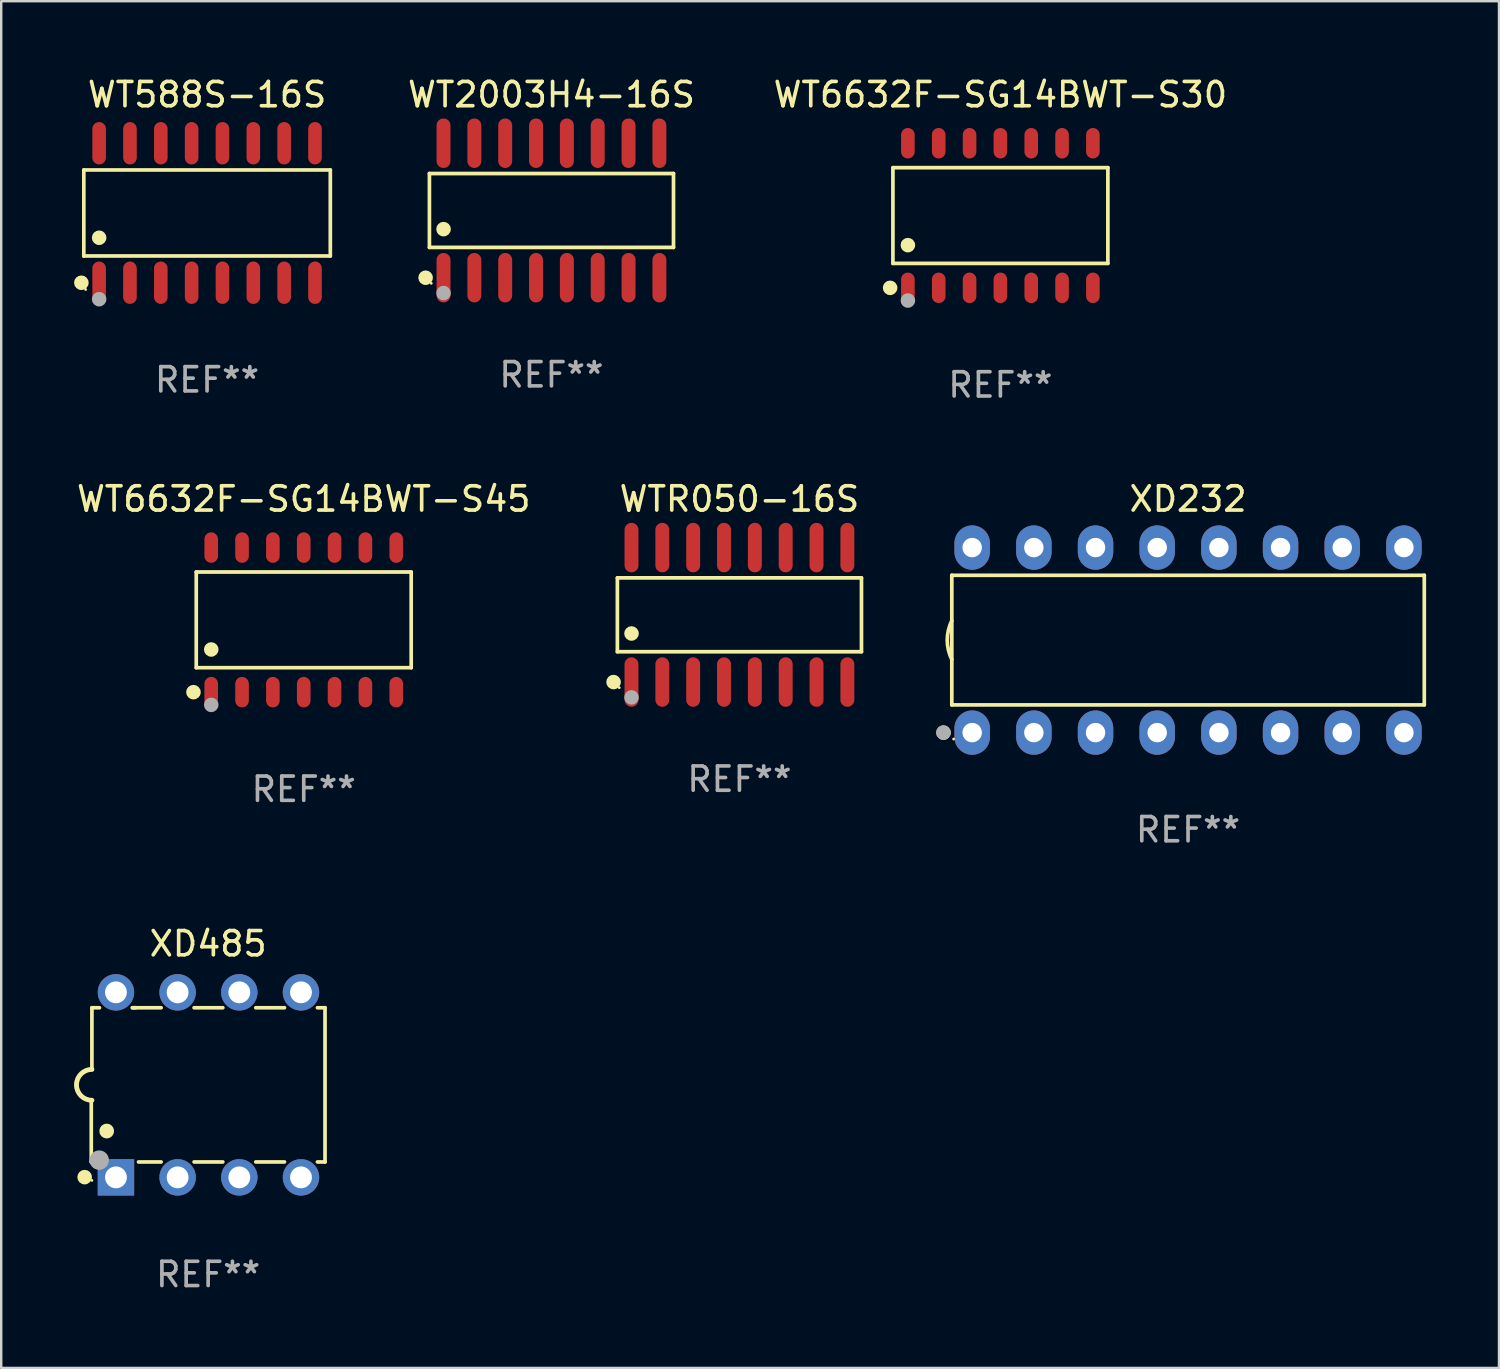
<source format=kicad_pcb>
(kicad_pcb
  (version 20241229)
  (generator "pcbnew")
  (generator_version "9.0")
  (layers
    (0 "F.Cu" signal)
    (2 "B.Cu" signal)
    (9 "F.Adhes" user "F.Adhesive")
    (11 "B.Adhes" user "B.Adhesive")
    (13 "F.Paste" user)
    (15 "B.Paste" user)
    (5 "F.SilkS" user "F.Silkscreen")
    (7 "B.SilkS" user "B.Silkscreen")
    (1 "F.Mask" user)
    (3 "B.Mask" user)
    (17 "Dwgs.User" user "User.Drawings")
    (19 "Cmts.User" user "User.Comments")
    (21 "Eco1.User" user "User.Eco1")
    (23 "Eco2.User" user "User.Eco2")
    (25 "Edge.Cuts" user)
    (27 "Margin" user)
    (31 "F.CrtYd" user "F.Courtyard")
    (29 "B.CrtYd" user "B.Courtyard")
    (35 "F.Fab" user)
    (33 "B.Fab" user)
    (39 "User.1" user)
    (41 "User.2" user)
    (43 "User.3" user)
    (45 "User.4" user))
  (footprint "WT2003H4-16S"
    (layer "F.Cu")
    (at 19.66 5.617)
    (property "Reference" "WT2003H4-16S" (at 0 -4.769 0) (layer "F.SilkS") (effects (font (size 1 1) (thickness 0.15))))
    (attr through_hole)
    (fp_line (start -5.026 -1.521) (end 5.026 -1.521) (stroke (width 0.152) (type solid)) (layer "F.SilkS"))
    (fp_line (start -5.026 1.521) (end -5.026 -1.521) (stroke (width 0.152) (type solid)) (layer "F.SilkS"))
    (fp_line (start 5.026 -1.521) (end 5.026 1.521) (stroke (width 0.152) (type solid)) (layer "F.SilkS"))
    (fp_line (start 5.026 1.521) (end -5.026 1.521) (stroke (width 0.152) (type solid)) (layer "F.SilkS"))
    (fp_circle (center -5.184 2.769) (end -5.034 2.769) (stroke (width 0.3) (type solid)) (fill no) (layer "F.SilkS"))
    (fp_circle (center -4.95 3) (end -4.92 3) (stroke (width 0.06) (type solid)) (fill no) (layer "F.SilkS"))
    (fp_circle (center -4.445 0.769) (end -4.295 0.769) (stroke (width 0.3) (type solid)) (fill no) (layer "F.SilkS"))
    (fp_circle (center -4.445 3.4) (end -4.295 3.4) (stroke (width 0.3) (type solid)) (fill no) (layer "F.Fab"))
    (fp_text user "REF**" (at 0 6.769 0) (layer "F.Fab") (effects (font (size 1 1) (thickness 0.15))))
    (pad "1" smd oval (at -4.445 2.769) (size 0.574 2.038) (layers "F.Cu" "F.Mask" "F.Paste"))
    (pad "2" smd oval (at -3.175 2.769) (size 0.574 2.038) (layers "F.Cu" "F.Mask" "F.Paste"))
    (pad "3" smd oval (at -1.905 2.769) (size 0.574 2.038) (layers "F.Cu" "F.Mask" "F.Paste"))
    (pad "4" smd oval (at -0.635 2.769) (size 0.574 2.038) (layers "F.Cu" "F.Mask" "F.Paste"))
    (pad "5" smd oval (at 0.635 2.769) (size 0.574 2.038) (layers "F.Cu" "F.Mask" "F.Paste"))
    (pad "6" smd oval (at 1.905 2.769) (size 0.574 2.038) (layers "F.Cu" "F.Mask" "F.Paste"))
    (pad "7" smd oval (at 3.175 2.769) (size 0.574 2.038) (layers "F.Cu" "F.Mask" "F.Paste"))
    (pad "8" smd oval (at 4.445 2.769) (size 0.574 2.038) (layers "F.Cu" "F.Mask" "F.Paste"))
    (pad "9" smd oval (at 4.445 -2.769) (size 0.574 2.038) (layers "F.Cu" "F.Mask" "F.Paste"))
    (pad "10" smd oval (at 3.175 -2.769) (size 0.574 2.038) (layers "F.Cu" "F.Mask" "F.Paste"))
    (pad "11" smd oval (at 1.905 -2.769) (size 0.574 2.038) (layers "F.Cu" "F.Mask" "F.Paste"))
    (pad "12" smd oval (at 0.635 -2.769) (size 0.574 2.038) (layers "F.Cu" "F.Mask" "F.Paste"))
    (pad "13" smd oval (at -0.635 -2.769) (size 0.574 2.038) (layers "F.Cu" "F.Mask" "F.Paste"))
    (pad "14" smd oval (at -1.905 -2.769) (size 0.574 2.038) (layers "F.Cu" "F.Mask" "F.Paste"))
    (pad "15" smd oval (at -3.175 -2.769) (size 0.574 2.038) (layers "F.Cu" "F.Mask" "F.Paste"))
    (pad "16" smd oval (at -4.445 -2.769) (size 0.574 2.038) (layers "F.Cu" "F.Mask" "F.Paste")))
  (footprint "XD485"
    (layer "F.Cu")
    (at 5.522 41.626)
    (property "Reference" "XD485" (at 0 -5.81 0) (layer "F.SilkS") (effects (font (size 1 1) (thickness 0.15))))
    (attr through_hole)
    (fp_line (start -4.813 0.661) (end -4.787 0.635) (stroke (width 0.152) (type solid)) (layer "F.SilkS"))
    (fp_line (start -4.813 3.175) (end -4.813 0.661) (stroke (width 0.152) (type solid)) (layer "F.SilkS"))
    (fp_line (start -4.787 -3.175) (end -4.476 -3.175) (stroke (width 0.152) (type solid)) (layer "F.SilkS"))
    (fp_line (start -4.787 -0.635) (end -4.787 -3.175) (stroke (width 0.152) (type solid)) (layer "F.SilkS"))
    (fp_line (start -4.727 3.175) (end -4.813 3.175) (stroke (width 0.152) (type solid)) (layer "F.SilkS"))
    (fp_line (start -3.119 -3.175) (end -2.989 -3.175) (stroke (width 0.152) (type solid)) (layer "F.SilkS"))
    (fp_line (start -3.119 -3.175) (end -1.936 -3.175) (stroke (width 0.152) (type solid)) (layer "F.SilkS"))
    (fp_line (start -1.936 3.175) (end -2.867 3.175) (stroke (width 0.152) (type solid)) (layer "F.SilkS"))
    (fp_line (start -0.579 -3.175) (end 0.604 -3.175) (stroke (width 0.152) (type solid)) (layer "F.SilkS"))
    (fp_line (start 0.604 3.175) (end -0.579 3.175) (stroke (width 0.152) (type solid)) (layer "F.SilkS"))
    (fp_line (start 1.961 -3.175) (end 3.144 -3.175) (stroke (width 0.152) (type solid)) (layer "F.SilkS"))
    (fp_line (start 3.144 3.175) (end 1.961 3.175) (stroke (width 0.152) (type solid)) (layer "F.SilkS"))
    (fp_line (start 4.501 -3.175) (end 4.813 -3.175) (stroke (width 0.152) (type solid)) (layer "F.SilkS"))
    (fp_line (start 4.813 -3.175) (end 4.813 3.175) (stroke (width 0.152) (type solid)) (layer "F.SilkS"))
    (fp_line (start 4.813 3.175) (end 4.501 3.175) (stroke (width 0.152) (type solid)) (layer "F.SilkS"))
    (fp_arc (start -4.787325 0.635001) (mid -5.422326 0) (end -4.787325 -0.635001) (stroke (width 0.2) (type solid)) (layer "F.SilkS"))
    (fp_arc (start -4.178308 1.905004) (mid -4.178319 1.902464) (end -4.178308 1.899924) (stroke (width 0.6) (type solid)) (layer "F.SilkS"))
    (fp_circle (center -5.087 3.8) (end -4.937 3.8) (stroke (width 0.3) (type solid)) (fill no) (layer "F.SilkS"))
    (fp_circle (center -4.787 3.935) (end -4.757 3.935) (stroke (width 0.06) (type solid)) (fill no) (layer "F.SilkS"))
    (fp_circle (center -4.487 3.1) (end -4.287 3.1) (stroke (width 0.4) (type solid)) (fill no) (layer "F.Fab"))
    (fp_text user "REF**" (at 0 7.81 0) (layer "F.Fab") (effects (font (size 1 1) (thickness 0.15))))
    (pad "1" thru_hole rect (at -3.797 3.81) (size 1.5 1.5) (drill 0.9) (layers "*.Cu" "*.Mask"))
    (pad "2" thru_hole circle (at -1.257 3.81) (size 1.5 1.5) (drill 0.9) (layers "*.Cu" "*.Mask"))
    (pad "3" thru_hole circle (at 1.283 3.81) (size 1.5 1.5) (drill 0.9) (layers "*.Cu" "*.Mask"))
    (pad "4" thru_hole circle (at 3.823 3.81) (size 1.5 1.5) (drill 0.9) (layers "*.Cu" "*.Mask"))
    (pad "5" thru_hole circle (at 3.823 -3.81) (size 1.5 1.5) (drill 0.9) (layers "*.Cu" "*.Mask"))
    (pad "6" thru_hole circle (at 1.283 -3.81) (size 1.5 1.5) (drill 0.9) (layers "*.Cu" "*.Mask"))
    (pad "7" thru_hole circle (at -1.257 -3.81) (size 1.5 1.5) (drill 0.9) (layers "*.Cu" "*.Mask"))
    (pad "8" thru_hole circle (at -3.797 -3.81) (size 1.5 1.5) (drill 0.9) (layers "*.Cu" "*.Mask")))
  (footprint "WT6632F-SG14BWT-S30"
    (layer "F.Cu")
    (at 38.148 5.826)
    (property "Reference" "WT6632F-SG14BWT-S30" (at 0 -4.977 0) (layer "F.SilkS") (effects (font (size 1 1) (thickness 0.15))))
    (attr through_hole)
    (fp_line (start -4.426 -1.971) (end 4.426 -1.971) (stroke (width 0.152) (type solid)) (layer "F.SilkS"))
    (fp_line (start -4.426 1.971) (end -4.426 -1.971) (stroke (width 0.152) (type solid)) (layer "F.SilkS"))
    (fp_line (start 4.426 -1.971) (end 4.426 1.971) (stroke (width 0.152) (type solid)) (layer "F.SilkS"))
    (fp_line (start 4.426 1.971) (end -4.426 1.971) (stroke (width 0.152) (type solid)) (layer "F.SilkS"))
    (fp_circle (center -4.542 2.977) (end -4.392 2.977) (stroke (width 0.3) (type solid)) (fill no) (layer "F.SilkS"))
    (fp_circle (center -4.35 3.1) (end -4.32 3.1) (stroke (width 0.06) (type solid)) (fill no) (layer "F.SilkS"))
    (fp_circle (center -3.81 1.219) (end -3.66 1.219) (stroke (width 0.3) (type solid)) (fill no) (layer "F.SilkS"))
    (fp_circle (center -3.81 3.5) (end -3.66 3.5) (stroke (width 0.3) (type solid)) (fill no) (layer "F.Fab"))
    (fp_text user "REF**" (at 0 6.977 0) (layer "F.Fab") (effects (font (size 1 1) (thickness 0.15))))
    (pad "1" smd oval (at -3.81 2.977) (size 0.56 1.255) (layers "F.Cu" "F.Mask" "F.Paste"))
    (pad "2" smd oval (at -2.54 2.977) (size 0.56 1.255) (layers "F.Cu" "F.Mask" "F.Paste"))
    (pad "3" smd oval (at -1.27 2.977) (size 0.56 1.255) (layers "F.Cu" "F.Mask" "F.Paste"))
    (pad "4" smd oval (at 0 2.977) (size 0.56 1.255) (layers "F.Cu" "F.Mask" "F.Paste"))
    (pad "5" smd oval (at 1.27 2.977) (size 0.56 1.255) (layers "F.Cu" "F.Mask" "F.Paste"))
    (pad "6" smd oval (at 2.54 2.977) (size 0.56 1.255) (layers "F.Cu" "F.Mask" "F.Paste"))
    (pad "7" smd oval (at 3.81 2.977) (size 0.56 1.255) (layers "F.Cu" "F.Mask" "F.Paste"))
    (pad "8" smd oval (at 3.81 -2.977) (size 0.56 1.255) (layers "F.Cu" "F.Mask" "F.Paste"))
    (pad "9" smd oval (at 2.54 -2.977) (size 0.56 1.255) (layers "F.Cu" "F.Mask" "F.Paste"))
    (pad "10" smd oval (at 1.27 -2.977) (size 0.56 1.255) (layers "F.Cu" "F.Mask" "F.Paste"))
    (pad "11" smd oval (at 0 -2.977) (size 0.56 1.255) (layers "F.Cu" "F.Mask" "F.Paste"))
    (pad "12" smd oval (at -1.27 -2.977) (size 0.56 1.255) (layers "F.Cu" "F.Mask" "F.Paste"))
    (pad "13" smd oval (at -2.54 -2.977) (size 0.56 1.255) (layers "F.Cu" "F.Mask" "F.Paste"))
    (pad "14" smd oval (at -3.81 -2.977) (size 0.56 1.255) (layers "F.Cu" "F.Mask" "F.Paste")))
  (footprint "WTR050-16S"
    (layer "F.Cu")
    (at 27.401 22.269)
    (property "Reference" "WTR050-16S" (at 0 -4.769 0) (layer "F.SilkS") (effects (font (size 1 1) (thickness 0.15))))
    (attr through_hole)
    (fp_line (start -5.026 -1.521) (end 5.026 -1.521) (stroke (width 0.152) (type solid)) (layer "F.SilkS"))
    (fp_line (start -5.026 1.521) (end -5.026 -1.521) (stroke (width 0.152) (type solid)) (layer "F.SilkS"))
    (fp_line (start 5.026 -1.521) (end 5.026 1.521) (stroke (width 0.152) (type solid)) (layer "F.SilkS"))
    (fp_line (start 5.026 1.521) (end -5.026 1.521) (stroke (width 0.152) (type solid)) (layer "F.SilkS"))
    (fp_circle (center -5.184 2.769) (end -5.034 2.769) (stroke (width 0.3) (type solid)) (fill no) (layer "F.SilkS"))
    (fp_circle (center -4.95 3) (end -4.92 3) (stroke (width 0.06) (type solid)) (fill no) (layer "F.SilkS"))
    (fp_circle (center -4.445 0.769) (end -4.295 0.769) (stroke (width 0.3) (type solid)) (fill no) (layer "F.SilkS"))
    (fp_circle (center -4.445 3.4) (end -4.295 3.4) (stroke (width 0.3) (type solid)) (fill no) (layer "F.Fab"))
    (fp_text user "REF**" (at 0 6.769 0) (layer "F.Fab") (effects (font (size 1 1) (thickness 0.15))))
    (pad "1" smd oval (at -4.445 2.769) (size 0.574 2.038) (layers "F.Cu" "F.Mask" "F.Paste"))
    (pad "2" smd oval (at -3.175 2.769) (size 0.574 2.038) (layers "F.Cu" "F.Mask" "F.Paste"))
    (pad "3" smd oval (at -1.905 2.769) (size 0.574 2.038) (layers "F.Cu" "F.Mask" "F.Paste"))
    (pad "4" smd oval (at -0.635 2.769) (size 0.574 2.038) (layers "F.Cu" "F.Mask" "F.Paste"))
    (pad "5" smd oval (at 0.635 2.769) (size 0.574 2.038) (layers "F.Cu" "F.Mask" "F.Paste"))
    (pad "6" smd oval (at 1.905 2.769) (size 0.574 2.038) (layers "F.Cu" "F.Mask" "F.Paste"))
    (pad "7" smd oval (at 3.175 2.769) (size 0.574 2.038) (layers "F.Cu" "F.Mask" "F.Paste"))
    (pad "8" smd oval (at 4.445 2.769) (size 0.574 2.038) (layers "F.Cu" "F.Mask" "F.Paste"))
    (pad "9" smd oval (at 4.445 -2.769) (size 0.574 2.038) (layers "F.Cu" "F.Mask" "F.Paste"))
    (pad "10" smd oval (at 3.175 -2.769) (size 0.574 2.038) (layers "F.Cu" "F.Mask" "F.Paste"))
    (pad "11" smd oval (at 1.905 -2.769) (size 0.574 2.038) (layers "F.Cu" "F.Mask" "F.Paste"))
    (pad "12" smd oval (at 0.635 -2.769) (size 0.574 2.038) (layers "F.Cu" "F.Mask" "F.Paste"))
    (pad "13" smd oval (at -0.635 -2.769) (size 0.574 2.038) (layers "F.Cu" "F.Mask" "F.Paste"))
    (pad "14" smd oval (at -1.905 -2.769) (size 0.574 2.038) (layers "F.Cu" "F.Mask" "F.Paste"))
    (pad "15" smd oval (at -3.175 -2.769) (size 0.574 2.038) (layers "F.Cu" "F.Mask" "F.Paste"))
    (pad "16" smd oval (at -4.445 -2.769) (size 0.574 2.038) (layers "F.Cu" "F.Mask" "F.Paste")))
  (footprint "XD232"
    (layer "F.Cu")
    (at 45.876 23.31)
    (property "Reference" "XD232" (at 0 -5.81 0) (layer "F.SilkS") (effects (font (size 1 1) (thickness 0.15))))
    (attr through_hole)
    (fp_line (start -9.729 -2.669) (end 9.729 -2.669) (stroke (width 0.152) (type solid)) (layer "F.SilkS"))
    (fp_line (start -9.729 2.669) (end -9.729 -2.669) (stroke (width 0.152) (type solid)) (layer "F.SilkS"))
    (fp_line (start 9.729 -2.669) (end 9.729 2.669) (stroke (width 0.152) (type solid)) (layer "F.SilkS"))
    (fp_line (start 9.729 2.669) (end -9.729 2.669) (stroke (width 0.152) (type solid)) (layer "F.SilkS"))
    (fp_arc (start -9.728727 0.793751) (mid -9.916106 0) (end -9.728727 -0.793752) (stroke (width 0.1524) (type solid)) (layer "F.SilkS"))
    (fp_circle (center -10.072 3.81) (end -9.922 3.81) (stroke (width 0.3) (type solid)) (fill no) (layer "F.SilkS"))
    (fp_circle (center -9.653 4.075) (end -9.623 4.075) (stroke (width 0.06) (type solid)) (fill no) (layer "F.SilkS"))
    (fp_circle (center -10.072 3.81) (end -9.922 3.81) (stroke (width 0.3) (type solid)) (fill no) (layer "F.Fab"))
    (fp_text user "REF**" (at 0 7.81 0) (layer "F.Fab") (effects (font (size 1 1) (thickness 0.15))))
    (pad "1" thru_hole oval (at -8.89 3.81) (size 1.46 1.825) (drill 0.8) (layers "*.Cu" "*.Mask"))
    (pad "2" thru_hole oval (at -6.35 3.81) (size 1.46 1.825) (drill 0.8) (layers "*.Cu" "*.Mask"))
    (pad "3" thru_hole oval (at -3.81 3.81) (size 1.46 1.825) (drill 0.8) (layers "*.Cu" "*.Mask"))
    (pad "4" thru_hole oval (at -1.27 3.81) (size 1.46 1.825) (drill 0.8) (layers "*.Cu" "*.Mask"))
    (pad "5" thru_hole oval (at 1.27 3.81) (size 1.46 1.825) (drill 0.8) (layers "*.Cu" "*.Mask"))
    (pad "6" thru_hole oval (at 3.81 3.81) (size 1.46 1.825) (drill 0.8) (layers "*.Cu" "*.Mask"))
    (pad "7" thru_hole oval (at 6.35 3.81) (size 1.46 1.825) (drill 0.8) (layers "*.Cu" "*.Mask"))
    (pad "8" thru_hole oval (at 8.89 3.81) (size 1.46 1.825) (drill 0.8) (layers "*.Cu" "*.Mask"))
    (pad "9" thru_hole oval (at 8.89 -3.81) (size 1.46 1.825) (drill 0.8) (layers "*.Cu" "*.Mask"))
    (pad "10" thru_hole oval (at 6.35 -3.81) (size 1.46 1.825) (drill 0.8) (layers "*.Cu" "*.Mask"))
    (pad "11" thru_hole oval (at 3.81 -3.81) (size 1.46 1.825) (drill 0.8) (layers "*.Cu" "*.Mask"))
    (pad "12" thru_hole oval (at 1.27 -3.81) (size 1.46 1.825) (drill 0.8) (layers "*.Cu" "*.Mask"))
    (pad "13" thru_hole oval (at -1.27 -3.81) (size 1.46 1.825) (drill 0.8) (layers "*.Cu" "*.Mask"))
    (pad "14" thru_hole oval (at -3.81 -3.81) (size 1.46 1.825) (drill 0.8) (layers "*.Cu" "*.Mask"))
    (pad "15" thru_hole oval (at -6.35 -3.81) (size 1.46 1.825) (drill 0.8) (layers "*.Cu" "*.Mask"))
    (pad "16" thru_hole oval (at -8.89 -3.81) (size 1.46 1.825) (drill 0.8) (layers "*.Cu" "*.Mask")))
  (footprint "WT588S-16S"
    (layer "F.Cu")
    (at 5.477 5.721)
    (property "Reference" "WT588S-16S" (at 0 -4.872 0) (layer "F.SilkS") (effects (font (size 1 1) (thickness 0.15))))
    (attr through_hole)
    (fp_line (start -5.076 -1.771) (end 5.076 -1.771) (stroke (width 0.152) (type solid)) (layer "F.SilkS"))
    (fp_line (start -5.076 1.771) (end -5.076 -1.771) (stroke (width 0.152) (type solid)) (layer "F.SilkS"))
    (fp_line (start 5.076 -1.771) (end 5.076 1.771) (stroke (width 0.152) (type solid)) (layer "F.SilkS"))
    (fp_line (start 5.076 1.771) (end -5.076 1.771) (stroke (width 0.152) (type solid)) (layer "F.SilkS"))
    (fp_circle (center -5.177 2.872) (end -5.027 2.872) (stroke (width 0.3) (type solid)) (fill no) (layer "F.SilkS"))
    (fp_circle (center -5 3.15) (end -4.97 3.15) (stroke (width 0.06) (type solid)) (fill no) (layer "F.SilkS"))
    (fp_circle (center -4.445 1.019) (end -4.295 1.019) (stroke (width 0.3) (type solid)) (fill no) (layer "F.SilkS"))
    (fp_circle (center -4.445 3.55) (end -4.295 3.55) (stroke (width 0.3) (type solid)) (fill no) (layer "F.Fab"))
    (fp_text user "REF**" (at 0 6.872 0) (layer "F.Fab") (effects (font (size 1 1) (thickness 0.15))))
    (pad "1" smd oval (at -4.445 2.872) (size 0.56 1.745) (layers "F.Cu" "F.Mask" "F.Paste"))
    (pad "2" smd oval (at -3.175 2.872) (size 0.56 1.745) (layers "F.Cu" "F.Mask" "F.Paste"))
    (pad "3" smd oval (at -1.905 2.872) (size 0.56 1.745) (layers "F.Cu" "F.Mask" "F.Paste"))
    (pad "4" smd oval (at -0.635 2.872) (size 0.56 1.745) (layers "F.Cu" "F.Mask" "F.Paste"))
    (pad "5" smd oval (at 0.635 2.872) (size 0.56 1.745) (layers "F.Cu" "F.Mask" "F.Paste"))
    (pad "6" smd oval (at 1.905 2.872) (size 0.56 1.745) (layers "F.Cu" "F.Mask" "F.Paste"))
    (pad "7" smd oval (at 3.175 2.872) (size 0.56 1.745) (layers "F.Cu" "F.Mask" "F.Paste"))
    (pad "8" smd oval (at 4.445 2.872) (size 0.56 1.745) (layers "F.Cu" "F.Mask" "F.Paste"))
    (pad "9" smd oval (at 4.445 -2.872) (size 0.56 1.745) (layers "F.Cu" "F.Mask" "F.Paste"))
    (pad "10" smd oval (at 3.175 -2.872) (size 0.56 1.745) (layers "F.Cu" "F.Mask" "F.Paste"))
    (pad "11" smd oval (at 1.905 -2.872) (size 0.56 1.745) (layers "F.Cu" "F.Mask" "F.Paste"))
    (pad "12" smd oval (at 0.635 -2.872) (size 0.56 1.745) (layers "F.Cu" "F.Mask" "F.Paste"))
    (pad "13" smd oval (at -0.635 -2.872) (size 0.56 1.745) (layers "F.Cu" "F.Mask" "F.Paste"))
    (pad "14" smd oval (at -1.905 -2.872) (size 0.56 1.745) (layers "F.Cu" "F.Mask" "F.Paste"))
    (pad "15" smd oval (at -3.175 -2.872) (size 0.56 1.745) (layers "F.Cu" "F.Mask" "F.Paste"))
    (pad "16" smd oval (at -4.445 -2.872) (size 0.56 1.745) (layers "F.Cu" "F.Mask" "F.Paste")))
  (footprint "WT6632F-SG14BWT-S45"
    (layer "F.Cu")
    (at 9.458 22.477)
    (property "Reference" "WT6632F-SG14BWT-S45" (at 0 -4.977 0) (layer "F.SilkS") (effects (font (size 1 1) (thickness 0.15))))
    (attr through_hole)
    (fp_line (start -4.426 -1.971) (end 4.426 -1.971) (stroke (width 0.152) (type solid)) (layer "F.SilkS"))
    (fp_line (start -4.426 1.971) (end -4.426 -1.971) (stroke (width 0.152) (type solid)) (layer "F.SilkS"))
    (fp_line (start 4.426 -1.971) (end 4.426 1.971) (stroke (width 0.152) (type solid)) (layer "F.SilkS"))
    (fp_line (start 4.426 1.971) (end -4.426 1.971) (stroke (width 0.152) (type solid)) (layer "F.SilkS"))
    (fp_circle (center -4.542 2.977) (end -4.392 2.977) (stroke (width 0.3) (type solid)) (fill no) (layer "F.SilkS"))
    (fp_circle (center -4.35 3.1) (end -4.32 3.1) (stroke (width 0.06) (type solid)) (fill no) (layer "F.SilkS"))
    (fp_circle (center -3.81 1.219) (end -3.66 1.219) (stroke (width 0.3) (type solid)) (fill no) (layer "F.SilkS"))
    (fp_circle (center -3.81 3.5) (end -3.66 3.5) (stroke (width 0.3) (type solid)) (fill no) (layer "F.Fab"))
    (fp_text user "REF**" (at 0 6.977 0) (layer "F.Fab") (effects (font (size 1 1) (thickness 0.15))))
    (pad "1" smd oval (at -3.81 2.977) (size 0.56 1.255) (layers "F.Cu" "F.Mask" "F.Paste"))
    (pad "2" smd oval (at -2.54 2.977) (size 0.56 1.255) (layers "F.Cu" "F.Mask" "F.Paste"))
    (pad "3" smd oval (at -1.27 2.977) (size 0.56 1.255) (layers "F.Cu" "F.Mask" "F.Paste"))
    (pad "4" smd oval (at 0 2.977) (size 0.56 1.255) (layers "F.Cu" "F.Mask" "F.Paste"))
    (pad "5" smd oval (at 1.27 2.977) (size 0.56 1.255) (layers "F.Cu" "F.Mask" "F.Paste"))
    (pad "6" smd oval (at 2.54 2.977) (size 0.56 1.255) (layers "F.Cu" "F.Mask" "F.Paste"))
    (pad "7" smd oval (at 3.81 2.977) (size 0.56 1.255) (layers "F.Cu" "F.Mask" "F.Paste"))
    (pad "8" smd oval (at 3.81 -2.977) (size 0.56 1.255) (layers "F.Cu" "F.Mask" "F.Paste"))
    (pad "9" smd oval (at 2.54 -2.977) (size 0.56 1.255) (layers "F.Cu" "F.Mask" "F.Paste"))
    (pad "10" smd oval (at 1.27 -2.977) (size 0.56 1.255) (layers "F.Cu" "F.Mask" "F.Paste"))
    (pad "11" smd oval (at 0 -2.977) (size 0.56 1.255) (layers "F.Cu" "F.Mask" "F.Paste"))
    (pad "12" smd oval (at -1.27 -2.977) (size 0.56 1.255) (layers "F.Cu" "F.Mask" "F.Paste"))
    (pad "13" smd oval (at -2.54 -2.977) (size 0.56 1.255) (layers "F.Cu" "F.Mask" "F.Paste"))
    (pad "14" smd oval (at -3.81 -2.977) (size 0.56 1.255) (layers "F.Cu" "F.Mask" "F.Paste")))
  (gr_rect
    (start -3 -3)
    (end 58.681 53.284)
    (stroke (width 0.1) (type default))
    (fill no)
    (layer "Edge.Cuts")))
</source>
